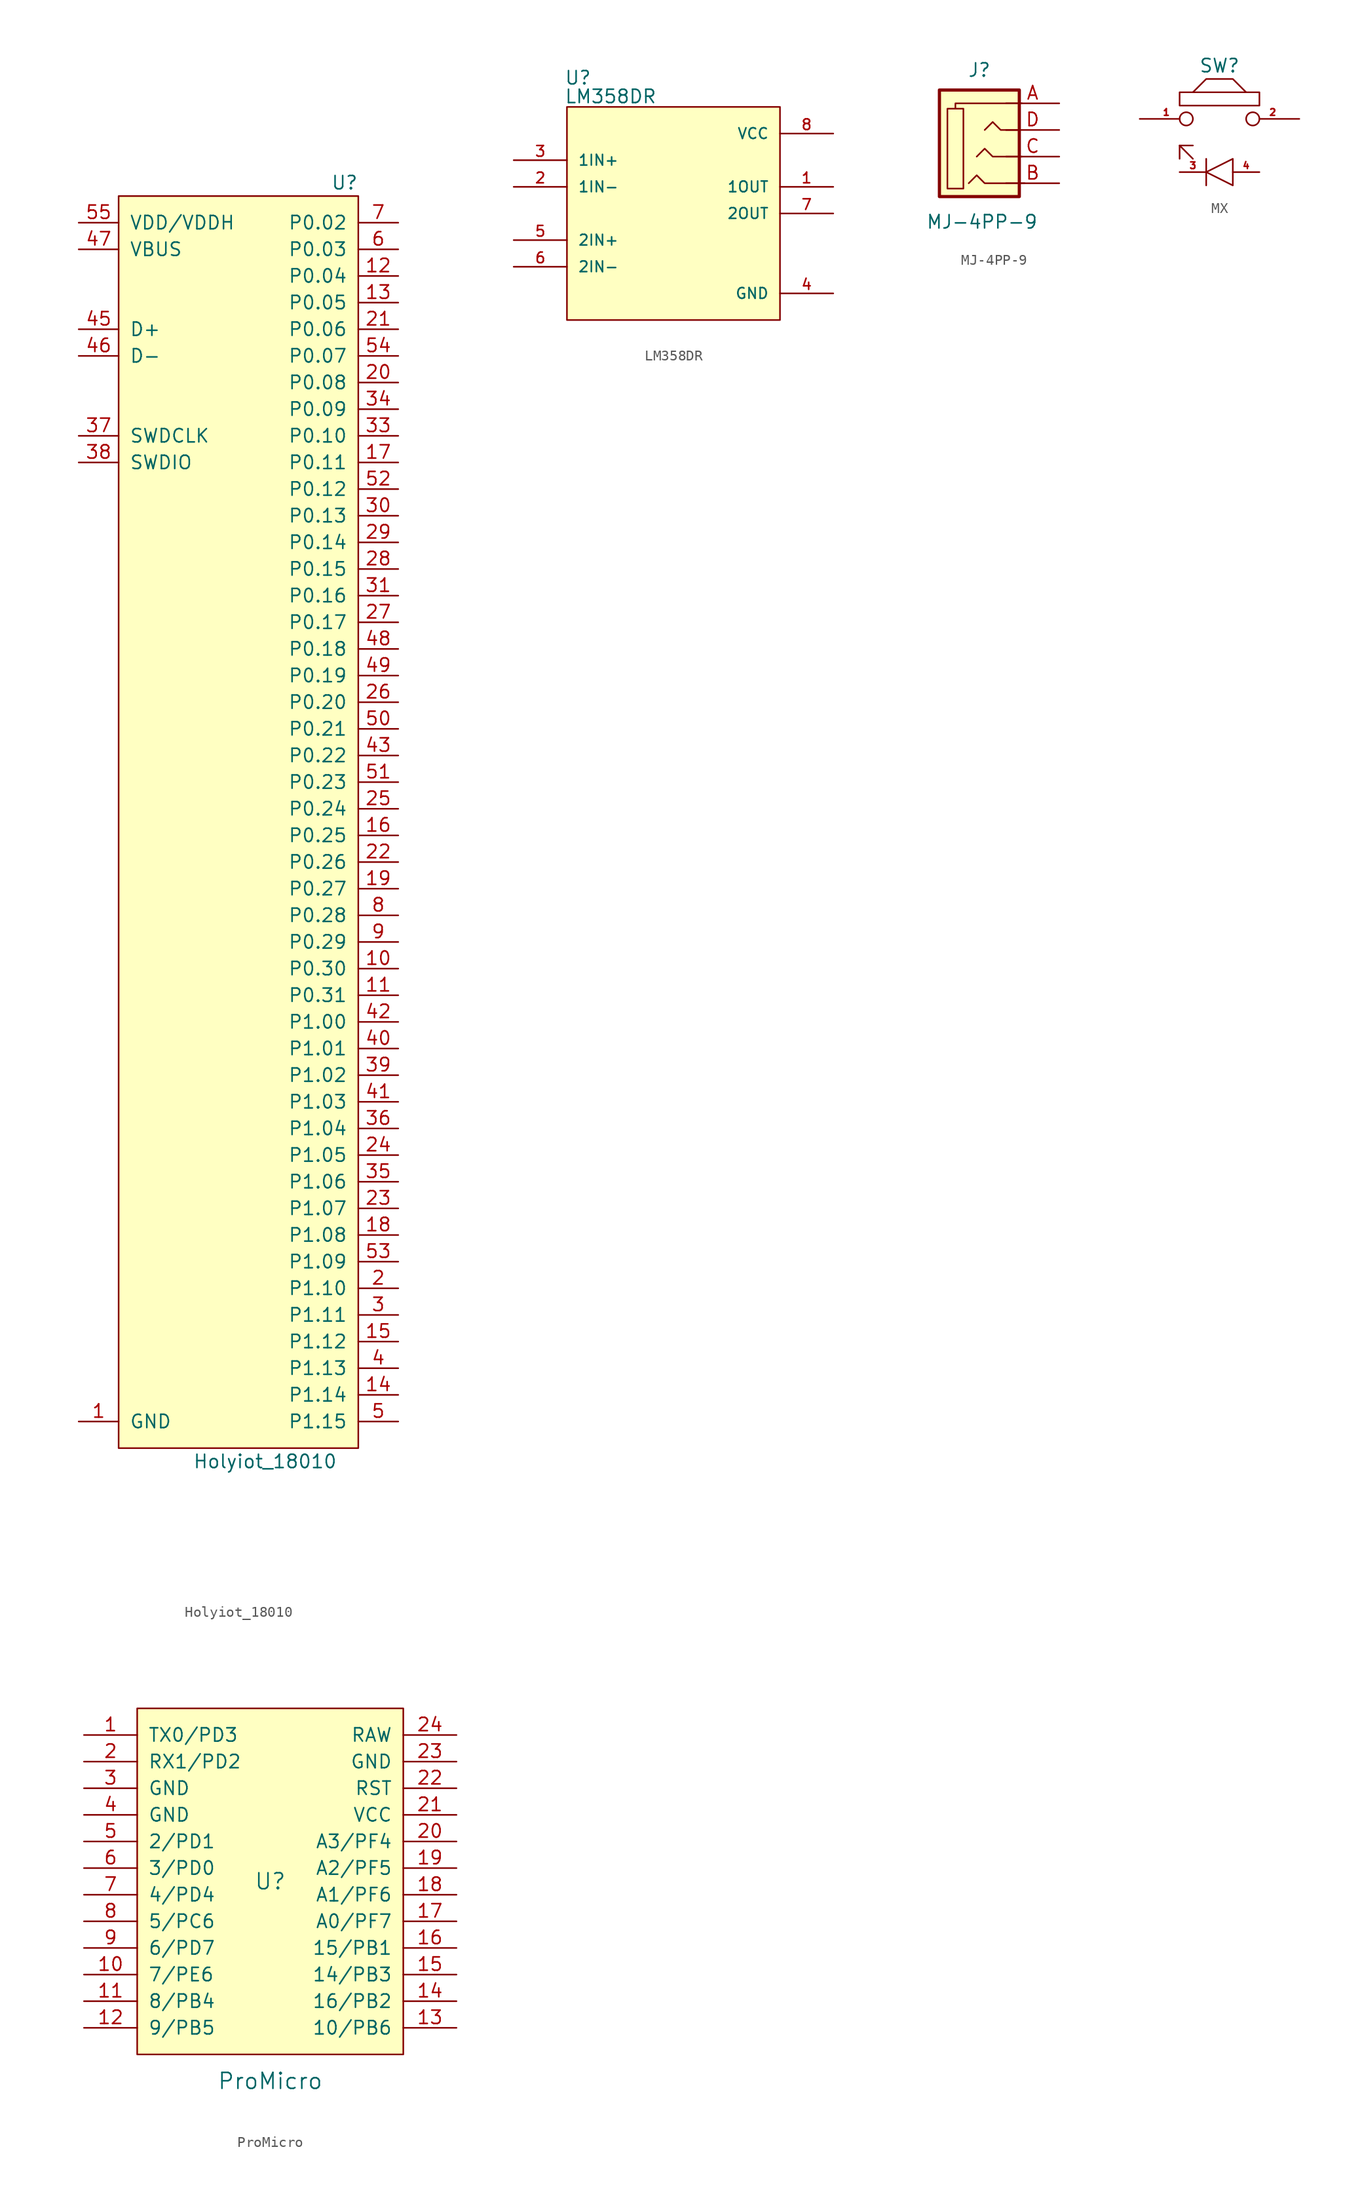
<source format=kicad_sym>
(kicad_symbol_lib
  (version 20211014)
  (generator kicad_symbol_editor)
  (symbol "Holyiot_18010"
    (pin_names
      (offset 1.016))
    (property "Reference" "U"
      (at 11.43 57.15 0)
      (effects (font (size 1.27 1.27)) (justify right)))
    (property "Value" "Holyiot_18010"
      (at 2.54 -64.77 0)
      (effects (font (size 1.27 1.27))))
    (symbol "Holyiot_18010_0_1"
      (rectangle (start -11.43 55.88) (end 11.43 -63.5) (stroke (width 0) (type default) (color 0 0 0 0)) (fill (type background))))
    (symbol "Holyiot_18010_1_1"
      (pin power_in line (at -15.24 -60.96 0) (length 3.81) (name "GND" (effects (font (size 1.27 1.27)))) (number "1" (effects (font (size 1.27 1.27)))))
      (pin bidirectional line (at 15.24 -17.78 180) (length 3.81) (name "P0.30" (effects (font (size 1.27 1.27)))) (number "10" (effects (font (size 1.27 1.27)))))
      (pin bidirectional line (at 15.24 -20.32 180) (length 3.81) (name "P0.31" (effects (font (size 1.27 1.27)))) (number "11" (effects (font (size 1.27 1.27)))))
      (pin bidirectional line (at 15.24 48.26 180) (length 3.81) (name "P0.04" (effects (font (size 1.27 1.27)))) (number "12" (effects (font (size 1.27 1.27)))))
      (pin bidirectional line (at 15.24 45.72 180) (length 3.81) (name "P0.05" (effects (font (size 1.27 1.27)))) (number "13" (effects (font (size 1.27 1.27)))))
      (pin bidirectional line (at 15.24 -58.42 180) (length 3.81) (name "P1.14" (effects (font (size 1.27 1.27)))) (number "14" (effects (font (size 1.27 1.27)))))
      (pin bidirectional line (at 15.24 -53.34 180) (length 3.81) (name "P1.12" (effects (font (size 1.27 1.27)))) (number "15" (effects (font (size 1.27 1.27)))))
      (pin bidirectional line (at 15.24 -5.08 180) (length 3.81) (name "P0.25" (effects (font (size 1.27 1.27)))) (number "16" (effects (font (size 1.27 1.27)))))
      (pin bidirectional line (at 15.24 30.48 180) (length 3.81) (name "P0.11" (effects (font (size 1.27 1.27)))) (number "17" (effects (font (size 1.27 1.27)))))
      (pin bidirectional line (at 15.24 -43.18 180) (length 3.81) (name "P1.08" (effects (font (size 1.27 1.27)))) (number "18" (effects (font (size 1.27 1.27)))))
      (pin bidirectional line (at 15.24 -10.16 180) (length 3.81) (name "P0.27" (effects (font (size 1.27 1.27)))) (number "19" (effects (font (size 1.27 1.27)))))
      (pin bidirectional line (at 15.24 -48.26 180) (length 3.81) (name "P1.10" (effects (font (size 1.27 1.27)))) (number "2" (effects (font (size 1.27 1.27)))))
      (pin bidirectional line (at 15.24 38.1 180) (length 3.81) (name "P0.08" (effects (font (size 1.27 1.27)))) (number "20" (effects (font (size 1.27 1.27)))))
      (pin bidirectional line (at 15.24 43.18 180) (length 3.81) (name "P0.06" (effects (font (size 1.27 1.27)))) (number "21" (effects (font (size 1.27 1.27)))))
      (pin bidirectional line (at 15.24 -7.62 180) (length 3.81) (name "P0.26" (effects (font (size 1.27 1.27)))) (number "22" (effects (font (size 1.27 1.27)))))
      (pin bidirectional line (at 15.24 -40.64 180) (length 3.81) (name "P1.07" (effects (font (size 1.27 1.27)))) (number "23" (effects (font (size 1.27 1.27)))))
      (pin bidirectional line (at 15.24 -35.56 180) (length 3.81) (name "P1.05" (effects (font (size 1.27 1.27)))) (number "24" (effects (font (size 1.27 1.27)))))
      (pin bidirectional line (at 15.24 -2.54 180) (length 3.81) (name "P0.24" (effects (font (size 1.27 1.27)))) (number "25" (effects (font (size 1.27 1.27)))))
      (pin bidirectional line (at 15.24 7.62 180) (length 3.81) (name "P0.20" (effects (font (size 1.27 1.27)))) (number "26" (effects (font (size 1.27 1.27)))))
      (pin bidirectional line (at 15.24 15.24 180) (length 3.81) (name "P0.17" (effects (font (size 1.27 1.27)))) (number "27" (effects (font (size 1.27 1.27)))))
      (pin bidirectional line (at 15.24 20.32 180) (length 3.81) (name "P0.15" (effects (font (size 1.27 1.27)))) (number "28" (effects (font (size 1.27 1.27)))))
      (pin bidirectional line (at 15.24 22.86 180) (length 3.81) (name "P0.14" (effects (font (size 1.27 1.27)))) (number "29" (effects (font (size 1.27 1.27)))))
      (pin bidirectional line (at 15.24 -50.8 180) (length 3.81) (name "P1.11" (effects (font (size 1.27 1.27)))) (number "3" (effects (font (size 1.27 1.27)))))
      (pin bidirectional line (at 15.24 25.4 180) (length 3.81) (name "P0.13" (effects (font (size 1.27 1.27)))) (number "30" (effects (font (size 1.27 1.27)))))
      (pin bidirectional line (at 15.24 17.78 180) (length 3.81) (name "P0.16" (effects (font (size 1.27 1.27)))) (number "31" (effects (font (size 1.27 1.27)))))
      (pin passive line (at -15.24 -60.96 0) (length 3.81) hide (name "GND" (effects (font (size 1.27 1.27)))) (number "32" (effects (font (size 1.27 1.27)))))
      (pin bidirectional line (at 15.24 33.02 180) (length 3.81) (name "P0.10" (effects (font (size 1.27 1.27)))) (number "33" (effects (font (size 1.27 1.27)))))
      (pin bidirectional line (at 15.24 35.56 180) (length 3.81) (name "P0.09" (effects (font (size 1.27 1.27)))) (number "34" (effects (font (size 1.27 1.27)))))
      (pin bidirectional line (at 15.24 -38.1 180) (length 3.81) (name "P1.06" (effects (font (size 1.27 1.27)))) (number "35" (effects (font (size 1.27 1.27)))))
      (pin bidirectional line (at 15.24 -33.02 180) (length 3.81) (name "P1.04" (effects (font (size 1.27 1.27)))) (number "36" (effects (font (size 1.27 1.27)))))
      (pin input line (at -15.24 33.02 0) (length 3.81) (name "SWDCLK" (effects (font (size 1.27 1.27)))) (number "37" (effects (font (size 1.27 1.27)))))
      (pin bidirectional line (at -15.24 30.48 0) (length 3.81) (name "SWDIO" (effects (font (size 1.27 1.27)))) (number "38" (effects (font (size 1.27 1.27)))))
      (pin bidirectional line (at 15.24 -27.94 180) (length 3.81) (name "P1.02" (effects (font (size 1.27 1.27)))) (number "39" (effects (font (size 1.27 1.27)))))
      (pin bidirectional line (at 15.24 -55.88 180) (length 3.81) (name "P1.13" (effects (font (size 1.27 1.27)))) (number "4" (effects (font (size 1.27 1.27)))))
      (pin bidirectional line (at 15.24 -25.4 180) (length 3.81) (name "P1.01" (effects (font (size 1.27 1.27)))) (number "40" (effects (font (size 1.27 1.27)))))
      (pin bidirectional line (at 15.24 -30.48 180) (length 3.81) (name "P1.03" (effects (font (size 1.27 1.27)))) (number "41" (effects (font (size 1.27 1.27)))))
      (pin bidirectional line (at 15.24 -22.86 180) (length 3.81) (name "P1.00" (effects (font (size 1.27 1.27)))) (number "42" (effects (font (size 1.27 1.27)))))
      (pin bidirectional line (at 15.24 2.54 180) (length 3.81) (name "P0.22" (effects (font (size 1.27 1.27)))) (number "43" (effects (font (size 1.27 1.27)))))
      (pin passive line (at -15.24 -60.96 0) (length 3.81) hide (name "GND" (effects (font (size 1.27 1.27)))) (number "44" (effects (font (size 1.27 1.27)))))
      (pin bidirectional line (at -15.24 43.18 0) (length 3.81) (name "D+" (effects (font (size 1.27 1.27)))) (number "45" (effects (font (size 1.27 1.27)))))
      (pin bidirectional line (at -15.24 40.64 0) (length 3.81) (name "D-" (effects (font (size 1.27 1.27)))) (number "46" (effects (font (size 1.27 1.27)))))
      (pin power_in line (at -15.24 50.8 0) (length 3.81) (name "VBUS" (effects (font (size 1.27 1.27)))) (number "47" (effects (font (size 1.27 1.27)))))
      (pin bidirectional line (at 15.24 12.7 180) (length 3.81) (name "P0.18" (effects (font (size 1.27 1.27)))) (number "48" (effects (font (size 1.27 1.27)))))
      (pin bidirectional line (at 15.24 10.16 180) (length 3.81) (name "P0.19" (effects (font (size 1.27 1.27)))) (number "49" (effects (font (size 1.27 1.27)))))
      (pin bidirectional line (at 15.24 -60.96 180) (length 3.81) (name "P1.15" (effects (font (size 1.27 1.27)))) (number "5" (effects (font (size 1.27 1.27)))))
      (pin bidirectional line (at 15.24 5.08 180) (length 3.81) (name "P0.21" (effects (font (size 1.27 1.27)))) (number "50" (effects (font (size 1.27 1.27)))))
      (pin bidirectional line (at 15.24 0 180) (length 3.81) (name "P0.23" (effects (font (size 1.27 1.27)))) (number "51" (effects (font (size 1.27 1.27)))))
      (pin bidirectional line (at 15.24 27.94 180) (length 3.81) (name "P0.12" (effects (font (size 1.27 1.27)))) (number "52" (effects (font (size 1.27 1.27)))))
      (pin bidirectional line (at 15.24 -45.72 180) (length 3.81) (name "P1.09" (effects (font (size 1.27 1.27)))) (number "53" (effects (font (size 1.27 1.27)))))
      (pin bidirectional line (at 15.24 40.64 180) (length 3.81) (name "P0.07" (effects (font (size 1.27 1.27)))) (number "54" (effects (font (size 1.27 1.27)))))
      (pin power_in line (at -15.24 53.34 0) (length 3.81) (name "VDD/VDDH" (effects (font (size 1.27 1.27)))) (number "55" (effects (font (size 1.27 1.27)))))
      (pin bidirectional line (at 15.24 50.8 180) (length 3.81) (name "P0.03" (effects (font (size 1.27 1.27)))) (number "6" (effects (font (size 1.27 1.27)))))
      (pin bidirectional line (at 15.24 53.34 180) (length 3.81) (name "P0.02" (effects (font (size 1.27 1.27)))) (number "7" (effects (font (size 1.27 1.27)))))
      (pin bidirectional line (at 15.24 -12.7 180) (length 3.81) (name "P0.28" (effects (font (size 1.27 1.27)))) (number "8" (effects (font (size 1.27 1.27)))))
      (pin bidirectional line (at 15.24 -15.24 180) (length 3.81) (name "P0.29" (effects (font (size 1.27 1.27)))) (number "9" (effects (font (size 1.27 1.27)))))))
  (symbol "LM358DR"
    (pin_names
      (offset 1.016))
    (property "Reference" "U"
      (at -10.414 12.192 0)
      (effects (font (size 1.27 1.27)) (justify left bottom)))
    (property "Value" "LM358DR"
      (at -10.414 10.414 0)
      (effects (font (size 1.27 1.27)) (justify left bottom)))
    (property "ki_locked" ""
      (at 0 0 0)
      (effects (font (size 1.27 1.27))))
    (symbol "LM358DR_0_0"
      (pin output line (at 15.24 2.54 180) (length 5.08) (name "1OUT" (effects (font (size 1.016 1.016)))) (number "1" (effects (font (size 1.016 1.016)))))
      (pin input line (at -15.24 2.54 0) (length 5.08) (name "1IN-" (effects (font (size 1.016 1.016)))) (number "2" (effects (font (size 1.016 1.016)))))
      (pin input line (at -15.24 5.08 0) (length 5.08) (name "1IN+" (effects (font (size 1.016 1.016)))) (number "3" (effects (font (size 1.016 1.016)))))
      (pin passive line (at 15.24 -7.62 180) (length 5.08) (name "GND" (effects (font (size 1.016 1.016)))) (number "4" (effects (font (size 1.016 1.016)))))
      (pin input line (at -15.24 -2.54 0) (length 5.08) (name "2IN+" (effects (font (size 1.016 1.016)))) (number "5" (effects (font (size 1.016 1.016)))))
      (pin input line (at -15.24 -5.08 0) (length 5.08) (name "2IN-" (effects (font (size 1.016 1.016)))) (number "6" (effects (font (size 1.016 1.016)))))
      (pin output line (at 15.24 0 180) (length 5.08) (name "2OUT" (effects (font (size 1.016 1.016)))) (number "7" (effects (font (size 1.016 1.016)))))
      (pin input line (at 15.24 7.62 180) (length 5.08) (name "VCC" (effects (font (size 1.016 1.016)))) (number "8" (effects (font (size 1.016 1.016))))))
    (symbol "LM358DR_0_1"
      (rectangle (start -10.16 10.16) (end 10.16 -10.16) (stroke (width 0) (type default) (color 0 0 0 0)) (fill (type background)))))
  (symbol "MJ-4PP-9"
    (pin_names
      (offset 1.016))
    (property "Reference" "J"
      (at 0 6.985 0)
      (effects (font (size 1.27 1.27))))
    (property "Value" "MJ-4PP-9"
      (at 0.254 -7.493 0)
      (effects (font (size 1.27 1.27))))
    (symbol "MJ-4PP-9_0_1"
      (rectangle (start -1.524 3.302) (end -3.048 -4.318) (stroke (width 0) (type default) (color 0 0 0 0)) (fill (type none)))
      (polyline (pts (xy 4.064 3.81) (xy -2.286 3.81) (xy -2.286 3.302)) (stroke (width 0) (type default) (color 0 0 0 0)) (fill (type none)))
      (polyline (pts (xy 3.81 1.27) (xy 2.032 1.27) (xy 1.27 2.032) (xy 0.508 1.27)) (stroke (width 0) (type default) (color 0 0 0 0)) (fill (type none)))
      (polyline (pts (xy 4.064 -1.27) (xy 1.27 -1.27) (xy 0.508 -0.508) (xy -0.254 -1.27)) (stroke (width 0) (type default) (color 0 0 0 0)) (fill (type none)))
      (polyline (pts (xy 4.318 -3.81) (xy 0.508 -3.81) (xy -0.254 -3.048) (xy -1.016 -3.81)) (stroke (width 0) (type default) (color 0 0 0 0)) (fill (type none)))
      (rectangle (start 3.81 5.08) (end -3.81 -5.08) (stroke (width 0.305) (type default) (color 0 0 0 0)) (fill (type background))))
    (symbol "MJ-4PP-9_1_1"
      (pin input line (at 7.62 3.81 180) (length 5.08) (name "~" (effects (font (size 0.508 0.508)))) (number "A" (effects (font (size 1.27 1.27)))))
      (pin input line (at 7.62 -3.81 180) (length 5.08) (name "~" (effects (font (size 0.508 0.508)))) (number "B" (effects (font (size 1.27 1.27)))))
      (pin input line (at 7.62 -1.27 180) (length 5.08) (name "~" (effects (font (size 0.508 0.508)))) (number "C" (effects (font (size 1.27 1.27)))))
      (pin input line (at 7.62 1.27 180) (length 5.08) (name "~" (effects (font (size 0.508 0.508)))) (number "D" (effects (font (size 1.27 1.27)))))))
  (symbol "MX"
    (pin_names
      (offset 1.016))
    (property "Reference" "SW"
      (at 0 5.08 0)
      (effects (font (size 1.27 1.27))))
    (symbol "MX_0_1"
      (polyline (pts (xy -2.54 -3.81) (xy -3.81 -2.54)) (stroke (width 0) (type default) (color 0 0 0 0)) (fill (type none)))
      (polyline (pts (xy -1.27 -3.81) (xy -1.27 -6.35)) (stroke (width 0) (type default) (color 0 0 0 0)) (fill (type none)))
      (polyline (pts (xy -2.54 -2.54) (xy -3.81 -2.54) (xy -3.81 -3.81)) (stroke (width 0) (type default) (color 0 0 0 0)) (fill (type none)))
      (polyline (pts (xy -2.54 2.54) (xy -1.27 3.81) (xy 1.27 3.81) (xy 2.54 2.54)) (stroke (width 0) (type default) (color 0 0 0 0)) (fill (type none)))
      (polyline (pts (xy 1.27 -6.35) (xy 1.27 -3.81) (xy -1.27 -5.08) (xy 1.27 -6.35)) (stroke (width 0) (type default) (color 0 0 0 0)) (fill (type none)))
      (polyline (pts (xy -3.81 1.27) (xy 3.81 1.27) (xy 3.81 2.54) (xy -3.81 2.54) (xy -3.81 1.27)) (stroke (width 0) (type default) (color 0 0 0 0)) (fill (type none))))
    (symbol "MX_1_1"
      (pin input inverted (at -7.62 0 0) (length 5.08) (name "~" (effects (font (size 1.27 1.27)))) (number "1" (effects (font (size 0.635 0.635)))))
      (pin input inverted (at 7.62 0 180) (length 5.08) (name "~" (effects (font (size 1.27 1.27)))) (number "2" (effects (font (size 0.635 0.635)))))
      (pin input line (at -3.81 -5.08 0) (length 2.54) (name "~" (effects (font (size 1.27 1.27)))) (number "3" (effects (font (size 0.635 0.635)))))
      (pin input line (at 3.81 -5.08 180) (length 2.54) (name "~" (effects (font (size 1.27 1.27)))) (number "4" (effects (font (size 0.635 0.635)))))))
  (symbol "ProMicro"
    (pin_names
      (offset 1.016))
    (property "Reference" "U"
      (at 0 0 0)
      (effects (font (size 1.524 1.524))))
    (property "Value" "ProMicro"
      (at 0 -19.05 0)
      (effects (font (size 1.524 1.524))))
    (symbol "ProMicro_0_1"
      (rectangle (start -12.7 -16.51) (end 12.7 16.51) (stroke (width 0) (type default) (color 0 0 0 0)) (fill (type background))))
    (symbol "ProMicro_1_1"
      (pin input line (at -17.78 13.97 0) (length 5.08) (name "TX0/PD3" (effects (font (size 1.27 1.27)))) (number "1" (effects (font (size 1.27 1.27)))))
      (pin input line (at -17.78 -8.89 0) (length 5.08) (name "7/PE6" (effects (font (size 1.27 1.27)))) (number "10" (effects (font (size 1.27 1.27)))))
      (pin input line (at -17.78 -11.43 0) (length 5.08) (name "8/PB4" (effects (font (size 1.27 1.27)))) (number "11" (effects (font (size 1.27 1.27)))))
      (pin input line (at -17.78 -13.97 0) (length 5.08) (name "9/PB5" (effects (font (size 1.27 1.27)))) (number "12" (effects (font (size 1.27 1.27)))))
      (pin input line (at 17.78 -13.97 180) (length 5.08) (name "10/PB6" (effects (font (size 1.27 1.27)))) (number "13" (effects (font (size 1.27 1.27)))))
      (pin input line (at 17.78 -11.43 180) (length 5.08) (name "16/PB2" (effects (font (size 1.27 1.27)))) (number "14" (effects (font (size 1.27 1.27)))))
      (pin input line (at 17.78 -8.89 180) (length 5.08) (name "14/PB3" (effects (font (size 1.27 1.27)))) (number "15" (effects (font (size 1.27 1.27)))))
      (pin input line (at 17.78 -6.35 180) (length 5.08) (name "15/PB1" (effects (font (size 1.27 1.27)))) (number "16" (effects (font (size 1.27 1.27)))))
      (pin input line (at 17.78 -3.81 180) (length 5.08) (name "A0/PF7" (effects (font (size 1.27 1.27)))) (number "17" (effects (font (size 1.27 1.27)))))
      (pin input line (at 17.78 -1.27 180) (length 5.08) (name "A1/PF6" (effects (font (size 1.27 1.27)))) (number "18" (effects (font (size 1.27 1.27)))))
      (pin input line (at 17.78 1.27 180) (length 5.08) (name "A2/PF5" (effects (font (size 1.27 1.27)))) (number "19" (effects (font (size 1.27 1.27)))))
      (pin input line (at -17.78 11.43 0) (length 5.08) (name "RX1/PD2" (effects (font (size 1.27 1.27)))) (number "2" (effects (font (size 1.27 1.27)))))
      (pin input line (at 17.78 3.81 180) (length 5.08) (name "A3/PF4" (effects (font (size 1.27 1.27)))) (number "20" (effects (font (size 1.27 1.27)))))
      (pin input line (at 17.78 6.35 180) (length 5.08) (name "VCC" (effects (font (size 1.27 1.27)))) (number "21" (effects (font (size 1.27 1.27)))))
      (pin input line (at 17.78 8.89 180) (length 5.08) (name "RST" (effects (font (size 1.27 1.27)))) (number "22" (effects (font (size 1.27 1.27)))))
      (pin input line (at 17.78 11.43 180) (length 5.08) (name "GND" (effects (font (size 1.27 1.27)))) (number "23" (effects (font (size 1.27 1.27)))))
      (pin input line (at 17.78 13.97 180) (length 5.08) (name "RAW" (effects (font (size 1.27 1.27)))) (number "24" (effects (font (size 1.27 1.27)))))
      (pin input line (at -17.78 8.89 0) (length 5.08) (name "GND" (effects (font (size 1.27 1.27)))) (number "3" (effects (font (size 1.27 1.27)))))
      (pin input line (at -17.78 6.35 0) (length 5.08) (name "GND" (effects (font (size 1.27 1.27)))) (number "4" (effects (font (size 1.27 1.27)))))
      (pin input line (at -17.78 3.81 0) (length 5.08) (name "2/PD1" (effects (font (size 1.27 1.27)))) (number "5" (effects (font (size 1.27 1.27)))))
      (pin input line (at -17.78 1.27 0) (length 5.08) (name "3/PD0" (effects (font (size 1.27 1.27)))) (number "6" (effects (font (size 1.27 1.27)))))
      (pin input line (at -17.78 -1.27 0) (length 5.08) (name "4/PD4" (effects (font (size 1.27 1.27)))) (number "7" (effects (font (size 1.27 1.27)))))
      (pin input line (at -17.78 -3.81 0) (length 5.08) (name "5/PC6" (effects (font (size 1.27 1.27)))) (number "8" (effects (font (size 1.27 1.27)))))
      (pin input line (at -17.78 -6.35 0) (length 5.08) (name "6/PD7" (effects (font (size 1.27 1.27)))) (number "9" (effects (font (size 1.27 1.27))))))))
</source>
